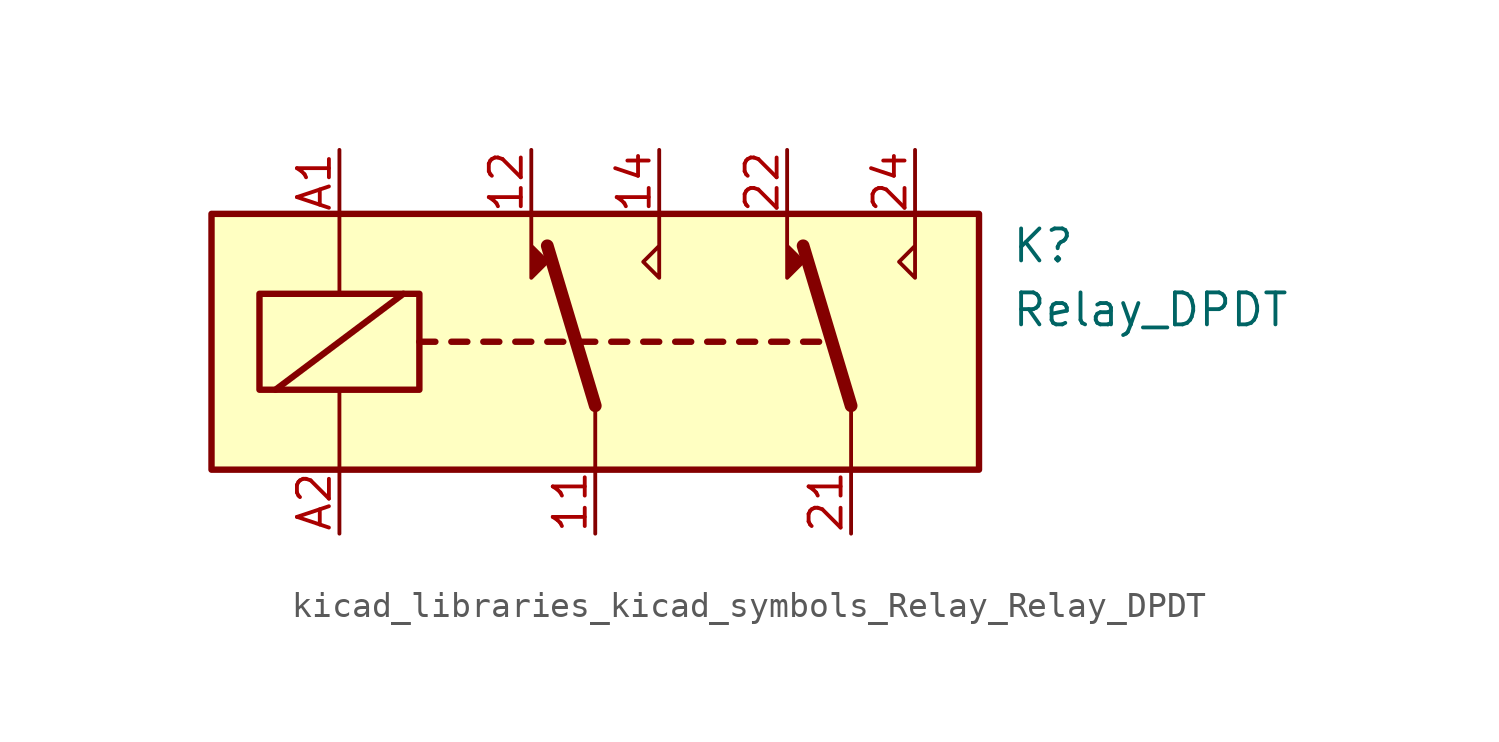
<source format=kicad_sym>
(kicad_symbol_lib
  (version 20220914)
  (generator kicad_symbol_editor)
  (symbol "kicad_libraries_kicad_symbols_Relay_Relay_DPDT"
    (property "Reference" "K"
      (at 16.51 3.81 0)
      (effects (font (size 1.27 1.27)) (justify left)))
    (property "Value" "Relay_DPDT"
      (at 16.51 1.27 0)
      (effects (font (size 1.27 1.27)) (justify left)))
    (symbol "kicad_libraries_kicad_symbols_Relay_Relay_DPDT_0_1"
      (rectangle (start -15.24 5.08) (end 15.24 -5.08) (stroke (width 0.254) (type default)) (fill (type background)))
      (rectangle (start -13.335 1.905) (end -6.985 -1.905) (stroke (width 0.254) (type default)) (fill (type none)))
      (polyline (pts (xy -12.7 -1.905) (xy -7.62 1.905)) (stroke (width 0.254) (type default)) (fill (type none)))
      (polyline (pts (xy -10.16 -5.08) (xy -10.16 -1.905)) (stroke (width 0) (type default)) (fill (type none)))
      (polyline (pts (xy -10.16 5.08) (xy -10.16 1.905)) (stroke (width 0) (type default)) (fill (type none)))
      (polyline (pts (xy -6.985 0) (xy -6.35 0)) (stroke (width 0.254) (type default)) (fill (type none)))
      (polyline (pts (xy -5.715 0) (xy -5.08 0)) (stroke (width 0.254) (type default)) (fill (type none)))
      (polyline (pts (xy -4.445 0) (xy -3.81 0)) (stroke (width 0.254) (type default)) (fill (type none)))
      (polyline (pts (xy -3.175 0) (xy -2.54 0)) (stroke (width 0.254) (type default)) (fill (type none)))
      (polyline (pts (xy -1.905 0) (xy -1.27 0)) (stroke (width 0.254) (type default)) (fill (type none)))
      (polyline (pts (xy -0.635 0) (xy 0 0)) (stroke (width 0.254) (type default)) (fill (type none)))
      (polyline (pts (xy 0 -2.54) (xy -1.905 3.81)) (stroke (width 0.508) (type default)) (fill (type none)))
      (polyline (pts (xy 0 -2.54) (xy 0 -5.08)) (stroke (width 0) (type default)) (fill (type none)))
      (polyline (pts (xy 0.635 0) (xy 1.27 0)) (stroke (width 0.254) (type default)) (fill (type none)))
      (polyline (pts (xy 1.905 0) (xy 2.54 0)) (stroke (width 0.254) (type default)) (fill (type none)))
      (polyline (pts (xy 3.175 0) (xy 3.81 0)) (stroke (width 0.254) (type default)) (fill (type none)))
      (polyline (pts (xy 4.445 0) (xy 5.08 0)) (stroke (width 0.254) (type default)) (fill (type none)))
      (polyline (pts (xy 5.715 0) (xy 6.35 0)) (stroke (width 0.254) (type default)) (fill (type none)))
      (polyline (pts (xy 6.985 0) (xy 7.62 0)) (stroke (width 0.254) (type default)) (fill (type none)))
      (polyline (pts (xy 8.255 0) (xy 8.89 0)) (stroke (width 0.254) (type default)) (fill (type none)))
      (polyline (pts (xy 10.16 -2.54) (xy 8.255 3.81)) (stroke (width 0.508) (type default)) (fill (type none)))
      (polyline (pts (xy 10.16 -2.54) (xy 10.16 -5.08)) (stroke (width 0) (type default)) (fill (type none)))
      (polyline (pts (xy -2.54 5.08) (xy -2.54 2.54) (xy -1.905 3.175) (xy -2.54 3.81)) (stroke (width 0) (type default)) (fill (type outline)))
      (polyline (pts (xy 2.54 5.08) (xy 2.54 2.54) (xy 1.905 3.175) (xy 2.54 3.81)) (stroke (width 0) (type default)) (fill (type none)))
      (polyline (pts (xy 7.62 5.08) (xy 7.62 2.54) (xy 8.255 3.175) (xy 7.62 3.81)) (stroke (width 0) (type default)) (fill (type outline)))
      (polyline (pts (xy 12.7 5.08) (xy 12.7 2.54) (xy 12.065 3.175) (xy 12.7 3.81)) (stroke (width 0) (type default)) (fill (type none))))
    (symbol "kicad_libraries_kicad_symbols_Relay_Relay_DPDT_1_1"
      (pin passive line (at 0 -7.62 90) (length 2.54) (name "~" (effects (font (size 1.27 1.27)))) (number "11" (effects (font (size 1.27 1.27)))))
      (pin passive line (at -2.54 7.62 270) (length 2.54) (name "~" (effects (font (size 1.27 1.27)))) (number "12" (effects (font (size 1.27 1.27)))))
      (pin passive line (at 2.54 7.62 270) (length 2.54) (name "~" (effects (font (size 1.27 1.27)))) (number "14" (effects (font (size 1.27 1.27)))))
      (pin passive line (at 10.16 -7.62 90) (length 2.54) (name "~" (effects (font (size 1.27 1.27)))) (number "21" (effects (font (size 1.27 1.27)))))
      (pin passive line (at 7.62 7.62 270) (length 2.54) (name "~" (effects (font (size 1.27 1.27)))) (number "22" (effects (font (size 1.27 1.27)))))
      (pin passive line (at 12.7 7.62 270) (length 2.54) (name "~" (effects (font (size 1.27 1.27)))) (number "24" (effects (font (size 1.27 1.27)))))
      (pin passive line (at -10.16 7.62 270) (length 2.54) (name "~" (effects (font (size 1.27 1.27)))) (number "A1" (effects (font (size 1.27 1.27)))))
      (pin passive line (at -10.16 -7.62 90) (length 2.54) (name "~" (effects (font (size 1.27 1.27)))) (number "A2" (effects (font (size 1.27 1.27))))))))
</source>
